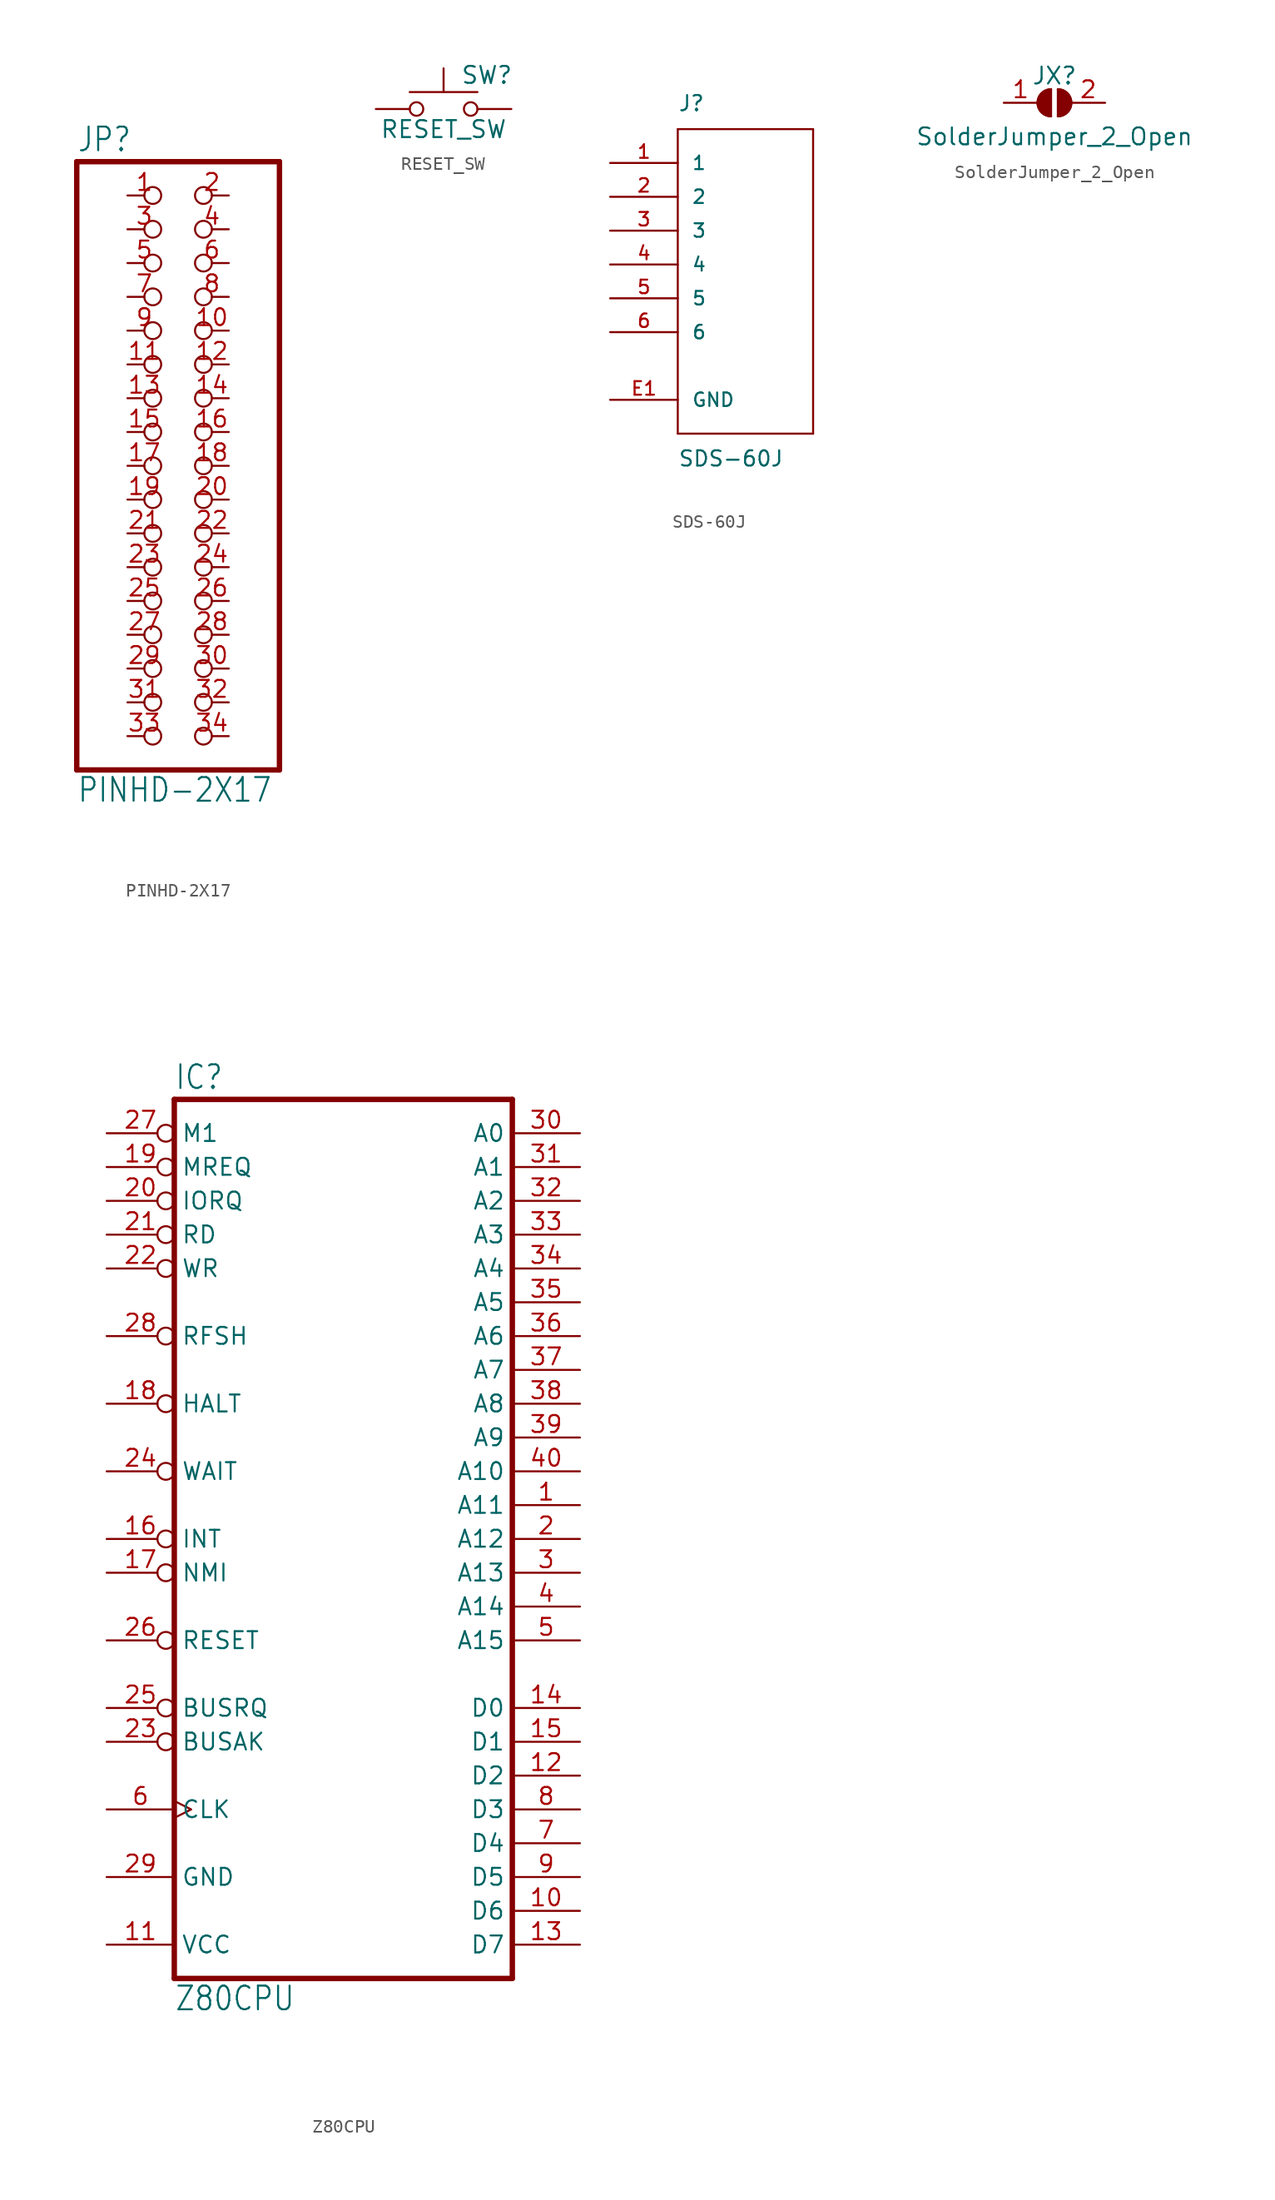
<source format=kicad_sym>
(kicad_symbol_lib
  (version 20220914)
  (generator kicad_symbol_editor)
  (symbol "PINHD-2X17"
    (property "Reference" "JP"
      (at -6.35 23.495 0)
      (effects (font (size 1.778 1.511)) (justify left bottom)))
    (property "Value" "PINHD-2X17"
      (at -6.35 -25.4 0)
      (effects (font (size 1.778 1.511)) (justify left bottom)))
    (property "ki_locked" ""
      (at 0 0 0)
      (effects (font (size 1.27 1.27))))
    (symbol "PINHD-2X17_1_0"
      (polyline (pts (xy -6.35 -22.86) (xy 8.89 -22.86)) (stroke (width 0.406) (type default)) (fill (type none)))
      (polyline (pts (xy -6.35 22.86) (xy -6.35 -22.86)) (stroke (width 0.406) (type default)) (fill (type none)))
      (polyline (pts (xy 8.89 -22.86) (xy 8.89 22.86)) (stroke (width 0.406) (type default)) (fill (type none)))
      (polyline (pts (xy 8.89 22.86) (xy -6.35 22.86)) (stroke (width 0.406) (type default)) (fill (type none)))
      (pin passive inverted (at -2.54 20.32 0) (length 2.54) (name "1" (effects (font (size 0 0)))) (number "1" (effects (font (size 1.27 1.27)))))
      (pin passive inverted (at 5.08 10.16 180) (length 2.54) (name "10" (effects (font (size 0 0)))) (number "10" (effects (font (size 1.27 1.27)))))
      (pin passive inverted (at -2.54 7.62 0) (length 2.54) (name "11" (effects (font (size 0 0)))) (number "11" (effects (font (size 1.27 1.27)))))
      (pin passive inverted (at 5.08 7.62 180) (length 2.54) (name "12" (effects (font (size 0 0)))) (number "12" (effects (font (size 1.27 1.27)))))
      (pin passive inverted (at -2.54 5.08 0) (length 2.54) (name "13" (effects (font (size 0 0)))) (number "13" (effects (font (size 1.27 1.27)))))
      (pin passive inverted (at 5.08 5.08 180) (length 2.54) (name "14" (effects (font (size 0 0)))) (number "14" (effects (font (size 1.27 1.27)))))
      (pin passive inverted (at -2.54 2.54 0) (length 2.54) (name "15" (effects (font (size 0 0)))) (number "15" (effects (font (size 1.27 1.27)))))
      (pin passive inverted (at 5.08 2.54 180) (length 2.54) (name "16" (effects (font (size 0 0)))) (number "16" (effects (font (size 1.27 1.27)))))
      (pin passive inverted (at -2.54 0 0) (length 2.54) (name "17" (effects (font (size 0 0)))) (number "17" (effects (font (size 1.27 1.27)))))
      (pin passive inverted (at 5.08 0 180) (length 2.54) (name "18" (effects (font (size 0 0)))) (number "18" (effects (font (size 1.27 1.27)))))
      (pin passive inverted (at -2.54 -2.54 0) (length 2.54) (name "19" (effects (font (size 0 0)))) (number "19" (effects (font (size 1.27 1.27)))))
      (pin passive inverted (at 5.08 20.32 180) (length 2.54) (name "2" (effects (font (size 0 0)))) (number "2" (effects (font (size 1.27 1.27)))))
      (pin passive inverted (at 5.08 -2.54 180) (length 2.54) (name "20" (effects (font (size 0 0)))) (number "20" (effects (font (size 1.27 1.27)))))
      (pin passive inverted (at -2.54 -5.08 0) (length 2.54) (name "21" (effects (font (size 0 0)))) (number "21" (effects (font (size 1.27 1.27)))))
      (pin passive inverted (at 5.08 -5.08 180) (length 2.54) (name "22" (effects (font (size 0 0)))) (number "22" (effects (font (size 1.27 1.27)))))
      (pin passive inverted (at -2.54 -7.62 0) (length 2.54) (name "23" (effects (font (size 0 0)))) (number "23" (effects (font (size 1.27 1.27)))))
      (pin passive inverted (at 5.08 -7.62 180) (length 2.54) (name "24" (effects (font (size 0 0)))) (number "24" (effects (font (size 1.27 1.27)))))
      (pin passive inverted (at -2.54 -10.16 0) (length 2.54) (name "25" (effects (font (size 0 0)))) (number "25" (effects (font (size 1.27 1.27)))))
      (pin passive inverted (at 5.08 -10.16 180) (length 2.54) (name "26" (effects (font (size 0 0)))) (number "26" (effects (font (size 1.27 1.27)))))
      (pin passive inverted (at -2.54 -12.7 0) (length 2.54) (name "27" (effects (font (size 0 0)))) (number "27" (effects (font (size 1.27 1.27)))))
      (pin passive inverted (at 5.08 -12.7 180) (length 2.54) (name "28" (effects (font (size 0 0)))) (number "28" (effects (font (size 1.27 1.27)))))
      (pin passive inverted (at -2.54 -15.24 0) (length 2.54) (name "29" (effects (font (size 0 0)))) (number "29" (effects (font (size 1.27 1.27)))))
      (pin passive inverted (at -2.54 17.78 0) (length 2.54) (name "3" (effects (font (size 0 0)))) (number "3" (effects (font (size 1.27 1.27)))))
      (pin passive inverted (at 5.08 -15.24 180) (length 2.54) (name "30" (effects (font (size 0 0)))) (number "30" (effects (font (size 1.27 1.27)))))
      (pin passive inverted (at -2.54 -17.78 0) (length 2.54) (name "31" (effects (font (size 0 0)))) (number "31" (effects (font (size 1.27 1.27)))))
      (pin passive inverted (at 5.08 -17.78 180) (length 2.54) (name "32" (effects (font (size 0 0)))) (number "32" (effects (font (size 1.27 1.27)))))
      (pin passive inverted (at -2.54 -20.32 0) (length 2.54) (name "33" (effects (font (size 0 0)))) (number "33" (effects (font (size 1.27 1.27)))))
      (pin passive inverted (at 5.08 -20.32 180) (length 2.54) (name "34" (effects (font (size 0 0)))) (number "34" (effects (font (size 1.27 1.27)))))
      (pin passive inverted (at 5.08 17.78 180) (length 2.54) (name "4" (effects (font (size 0 0)))) (number "4" (effects (font (size 1.27 1.27)))))
      (pin passive inverted (at -2.54 15.24 0) (length 2.54) (name "5" (effects (font (size 0 0)))) (number "5" (effects (font (size 1.27 1.27)))))
      (pin passive inverted (at 5.08 15.24 180) (length 2.54) (name "6" (effects (font (size 0 0)))) (number "6" (effects (font (size 1.27 1.27)))))
      (pin passive inverted (at -2.54 12.7 0) (length 2.54) (name "7" (effects (font (size 0 0)))) (number "7" (effects (font (size 1.27 1.27)))))
      (pin passive inverted (at 5.08 12.7 180) (length 2.54) (name "8" (effects (font (size 0 0)))) (number "8" (effects (font (size 1.27 1.27)))))
      (pin passive inverted (at -2.54 10.16 0) (length 2.54) (name "9" (effects (font (size 0 0)))) (number "9" (effects (font (size 1.27 1.27)))))))
  (symbol "RESET_SW"
    (pin_numbers hide)
    (pin_names
      (offset 1.016) hide)
    (property "Reference" "SW"
      (at 1.27 2.54 0)
      (effects (font (size 1.27 1.27)) (justify left)))
    (property "Value" "RESET_SW"
      (at 0 -1.524 0)
      (effects (font (size 1.27 1.27))))
    (symbol "RESET_SW_0_1"
      (circle (center -2.032 0) (radius 0.508) (stroke (width 0) (type default)) (fill (type none)))
      (polyline (pts (xy 0 1.27) (xy 0 3.048)) (stroke (width 0) (type default)) (fill (type none)))
      (polyline (pts (xy 2.54 1.27) (xy -2.54 1.27)) (stroke (width 0) (type default)) (fill (type none)))
      (circle (center 2.032 0) (radius 0.508) (stroke (width 0) (type default)) (fill (type none))))
    (symbol "RESET_SW_1_1"
      (pin passive line (at -5.08 0 0) (length 2.54) (name "1" (effects (font (size 1.27 1.27)))) (number "1" (effects (font (size 1.27 1.27)))))
      (pin passive line (at 5.08 0 180) (length 2.54) (name "2" (effects (font (size 1.27 1.27)))) (number "2" (effects (font (size 1.27 1.27)))))))
  (symbol "SDS-60J"
    (pin_names
      (offset 1.016))
    (property "Reference" "J"
      (at -5.08 11.43 0)
      (effects (font (size 1.143 1.143)) (justify left bottom)))
    (property "Value" "SDS-60J"
      (at -5.08 -15.24 0)
      (effects (font (size 1.143 1.143)) (justify left bottom)))
    (symbol "SDS-60J_1_0"
      (polyline (pts (xy -5.08 -12.7) (xy -5.08 10.16)) (stroke (width 0) (type solid)) (fill (type none)))
      (polyline (pts (xy -5.08 10.16) (xy 5.08 10.16)) (stroke (width 0) (type solid)) (fill (type none)))
      (polyline (pts (xy 5.08 -12.7) (xy -5.08 -12.7)) (stroke (width 0) (type solid)) (fill (type none)))
      (polyline (pts (xy 5.08 10.16) (xy 5.08 -12.7)) (stroke (width 0) (type solid)) (fill (type none))))
    (symbol "SDS-60J_1_1"
      (pin passive line (at -10.16 7.62 0) (length 5.08) (name "1" (effects (font (size 1.016 1.016)))) (number "1" (effects (font (size 1.016 1.016)))))
      (pin passive line (at -10.16 5.08 0) (length 5.08) (name "2" (effects (font (size 1.016 1.016)))) (number "2" (effects (font (size 1.016 1.016)))))
      (pin passive line (at -10.16 2.54 0) (length 5.08) (name "3" (effects (font (size 1.016 1.016)))) (number "3" (effects (font (size 1.016 1.016)))))
      (pin passive line (at -10.16 0 0) (length 5.08) (name "4" (effects (font (size 1.016 1.016)))) (number "4" (effects (font (size 1.016 1.016)))))
      (pin passive line (at -10.16 -2.54 0) (length 5.08) (name "5" (effects (font (size 1.016 1.016)))) (number "5" (effects (font (size 1.016 1.016)))))
      (pin passive line (at -10.16 -5.08 0) (length 5.08) (name "6" (effects (font (size 1.016 1.016)))) (number "6" (effects (font (size 1.016 1.016)))))
      (pin power_in line (at -10.16 -10.16 0) (length 5.08) (name "GND" (effects (font (size 1.016 1.016)))) (number "E1" (effects (font (size 1.016 1.016)))))
      (pin power_in line (at -10.16 -10.16 0) (length 5.08) hide (name "GND" (effects (font (size 1.016 1.016)))) (number "E2" (effects (font (size 1.016 1.016)))))))
  (symbol "SolderJumper_2_Open"
    (pin_names
      (offset 0) hide)
    (property "Reference" "JX"
      (at 0 2.032 0)
      (effects (font (size 1.27 1.27))))
    (property "Value" "SolderJumper_2_Open"
      (at 0 -2.54 0)
      (effects (font (size 1.27 1.27))))
    (symbol "SolderJumper_2_Open_0_1"
      (arc (start -0.254 1.016) (mid -1.2656 0) (end -0.254 -1.016) (stroke (width 0) (type default)) (fill (type none)))
      (arc (start -0.254 1.016) (mid -1.2656 0) (end -0.254 -1.016) (stroke (width 0) (type default)) (fill (type outline)))
      (polyline (pts (xy -0.254 1.016) (xy -0.254 -1.016)) (stroke (width 0) (type default)) (fill (type none)))
      (polyline (pts (xy 0.254 1.016) (xy 0.254 -1.016)) (stroke (width 0) (type default)) (fill (type none)))
      (arc (start 0.254 -1.016) (mid 1.2656 0) (end 0.254 1.016) (stroke (width 0) (type default)) (fill (type none)))
      (arc (start 0.254 -1.016) (mid 1.2656 0) (end 0.254 1.016) (stroke (width 0) (type default)) (fill (type outline))))
    (symbol "SolderJumper_2_Open_1_1"
      (pin passive line (at -3.81 0 0) (length 2.54) (name "A" (effects (font (size 1.27 1.27)))) (number "1" (effects (font (size 1.27 1.27)))))
      (pin passive line (at 3.81 0 180) (length 2.54) (name "B" (effects (font (size 1.27 1.27)))) (number "2" (effects (font (size 1.27 1.27)))))))
  (symbol "Z80CPU"
    (property "Reference" "IC"
      (at -12.7 31.115 0)
      (effects (font (size 1.778 1.511)) (justify left bottom)))
    (property "Value" "Z80CPU"
      (at -12.7 -38.1 0)
      (effects (font (size 1.778 1.511)) (justify left bottom)))
    (property "ki_locked" ""
      (at 0 0 0)
      (effects (font (size 1.27 1.27))))
    (symbol "Z80CPU_1_0"
      (polyline (pts (xy -12.7 -35.56) (xy -12.7 30.48)) (stroke (width 0.406) (type default)) (fill (type none)))
      (polyline (pts (xy -12.7 -35.56) (xy 12.7 -35.56)) (stroke (width 0.406) (type default)) (fill (type none)))
      (polyline (pts (xy 12.7 30.48) (xy -12.7 30.48)) (stroke (width 0.406) (type default)) (fill (type none)))
      (polyline (pts (xy 12.7 30.48) (xy 12.7 -35.56)) (stroke (width 0.406) (type default)) (fill (type none)))
      (pin output line (at 17.78 0 180) (length 5.08) (name "A11" (effects (font (size 1.27 1.27)))) (number "1" (effects (font (size 1.27 1.27)))))
      (pin bidirectional line (at 17.78 -30.48 180) (length 5.08) (name "D6" (effects (font (size 1.27 1.27)))) (number "10" (effects (font (size 1.27 1.27)))))
      (pin power_in line (at -17.78 -33.02 0) (length 5.08) (name "VCC" (effects (font (size 1.27 1.27)))) (number "11" (effects (font (size 1.27 1.27)))))
      (pin bidirectional line (at 17.78 -20.32 180) (length 5.08) (name "D2" (effects (font (size 1.27 1.27)))) (number "12" (effects (font (size 1.27 1.27)))))
      (pin bidirectional line (at 17.78 -33.02 180) (length 5.08) (name "D7" (effects (font (size 1.27 1.27)))) (number "13" (effects (font (size 1.27 1.27)))))
      (pin bidirectional line (at 17.78 -15.24 180) (length 5.08) (name "D0" (effects (font (size 1.27 1.27)))) (number "14" (effects (font (size 1.27 1.27)))))
      (pin bidirectional line (at 17.78 -17.78 180) (length 5.08) (name "D1" (effects (font (size 1.27 1.27)))) (number "15" (effects (font (size 1.27 1.27)))))
      (pin input inverted (at -17.78 -2.54 0) (length 5.08) (name "INT" (effects (font (size 1.27 1.27)))) (number "16" (effects (font (size 1.27 1.27)))))
      (pin input inverted (at -17.78 -5.08 0) (length 5.08) (name "NMI" (effects (font (size 1.27 1.27)))) (number "17" (effects (font (size 1.27 1.27)))))
      (pin output inverted (at -17.78 7.62 0) (length 5.08) (name "HALT" (effects (font (size 1.27 1.27)))) (number "18" (effects (font (size 1.27 1.27)))))
      (pin output inverted (at -17.78 25.4 0) (length 5.08) (name "MREQ" (effects (font (size 1.27 1.27)))) (number "19" (effects (font (size 1.27 1.27)))))
      (pin output line (at 17.78 -2.54 180) (length 5.08) (name "A12" (effects (font (size 1.27 1.27)))) (number "2" (effects (font (size 1.27 1.27)))))
      (pin output inverted (at -17.78 22.86 0) (length 5.08) (name "IORQ" (effects (font (size 1.27 1.27)))) (number "20" (effects (font (size 1.27 1.27)))))
      (pin output inverted (at -17.78 20.32 0) (length 5.08) (name "RD" (effects (font (size 1.27 1.27)))) (number "21" (effects (font (size 1.27 1.27)))))
      (pin output inverted (at -17.78 17.78 0) (length 5.08) (name "WR" (effects (font (size 1.27 1.27)))) (number "22" (effects (font (size 1.27 1.27)))))
      (pin output inverted (at -17.78 -17.78 0) (length 5.08) (name "BUSAK" (effects (font (size 1.27 1.27)))) (number "23" (effects (font (size 1.27 1.27)))))
      (pin input inverted (at -17.78 2.54 0) (length 5.08) (name "WAIT" (effects (font (size 1.27 1.27)))) (number "24" (effects (font (size 1.27 1.27)))))
      (pin input inverted (at -17.78 -15.24 0) (length 5.08) (name "BUSRQ" (effects (font (size 1.27 1.27)))) (number "25" (effects (font (size 1.27 1.27)))))
      (pin input inverted (at -17.78 -10.16 0) (length 5.08) (name "RESET" (effects (font (size 1.27 1.27)))) (number "26" (effects (font (size 1.27 1.27)))))
      (pin output inverted (at -17.78 27.94 0) (length 5.08) (name "M1" (effects (font (size 1.27 1.27)))) (number "27" (effects (font (size 1.27 1.27)))))
      (pin output inverted (at -17.78 12.7 0) (length 5.08) (name "RFSH" (effects (font (size 1.27 1.27)))) (number "28" (effects (font (size 1.27 1.27)))))
      (pin power_in line (at -17.78 -27.94 0) (length 5.08) (name "GND" (effects (font (size 1.27 1.27)))) (number "29" (effects (font (size 1.27 1.27)))))
      (pin output line (at 17.78 -5.08 180) (length 5.08) (name "A13" (effects (font (size 1.27 1.27)))) (number "3" (effects (font (size 1.27 1.27)))))
      (pin output line (at 17.78 27.94 180) (length 5.08) (name "A0" (effects (font (size 1.27 1.27)))) (number "30" (effects (font (size 1.27 1.27)))))
      (pin output line (at 17.78 25.4 180) (length 5.08) (name "A1" (effects (font (size 1.27 1.27)))) (number "31" (effects (font (size 1.27 1.27)))))
      (pin output line (at 17.78 22.86 180) (length 5.08) (name "A2" (effects (font (size 1.27 1.27)))) (number "32" (effects (font (size 1.27 1.27)))))
      (pin output line (at 17.78 20.32 180) (length 5.08) (name "A3" (effects (font (size 1.27 1.27)))) (number "33" (effects (font (size 1.27 1.27)))))
      (pin output line (at 17.78 17.78 180) (length 5.08) (name "A4" (effects (font (size 1.27 1.27)))) (number "34" (effects (font (size 1.27 1.27)))))
      (pin output line (at 17.78 15.24 180) (length 5.08) (name "A5" (effects (font (size 1.27 1.27)))) (number "35" (effects (font (size 1.27 1.27)))))
      (pin output line (at 17.78 12.7 180) (length 5.08) (name "A6" (effects (font (size 1.27 1.27)))) (number "36" (effects (font (size 1.27 1.27)))))
      (pin output line (at 17.78 10.16 180) (length 5.08) (name "A7" (effects (font (size 1.27 1.27)))) (number "37" (effects (font (size 1.27 1.27)))))
      (pin output line (at 17.78 7.62 180) (length 5.08) (name "A8" (effects (font (size 1.27 1.27)))) (number "38" (effects (font (size 1.27 1.27)))))
      (pin output line (at 17.78 5.08 180) (length 5.08) (name "A9" (effects (font (size 1.27 1.27)))) (number "39" (effects (font (size 1.27 1.27)))))
      (pin output line (at 17.78 -7.62 180) (length 5.08) (name "A14" (effects (font (size 1.27 1.27)))) (number "4" (effects (font (size 1.27 1.27)))))
      (pin output line (at 17.78 2.54 180) (length 5.08) (name "A10" (effects (font (size 1.27 1.27)))) (number "40" (effects (font (size 1.27 1.27)))))
      (pin output line (at 17.78 -10.16 180) (length 5.08) (name "A15" (effects (font (size 1.27 1.27)))) (number "5" (effects (font (size 1.27 1.27)))))
      (pin input clock (at -17.78 -22.86 0) (length 5.08) (name "CLK" (effects (font (size 1.27 1.27)))) (number "6" (effects (font (size 1.27 1.27)))))
      (pin bidirectional line (at 17.78 -25.4 180) (length 5.08) (name "D4" (effects (font (size 1.27 1.27)))) (number "7" (effects (font (size 1.27 1.27)))))
      (pin bidirectional line (at 17.78 -22.86 180) (length 5.08) (name "D3" (effects (font (size 1.27 1.27)))) (number "8" (effects (font (size 1.27 1.27)))))
      (pin bidirectional line (at 17.78 -27.94 180) (length 5.08) (name "D5" (effects (font (size 1.27 1.27)))) (number "9" (effects (font (size 1.27 1.27))))))))
</source>
